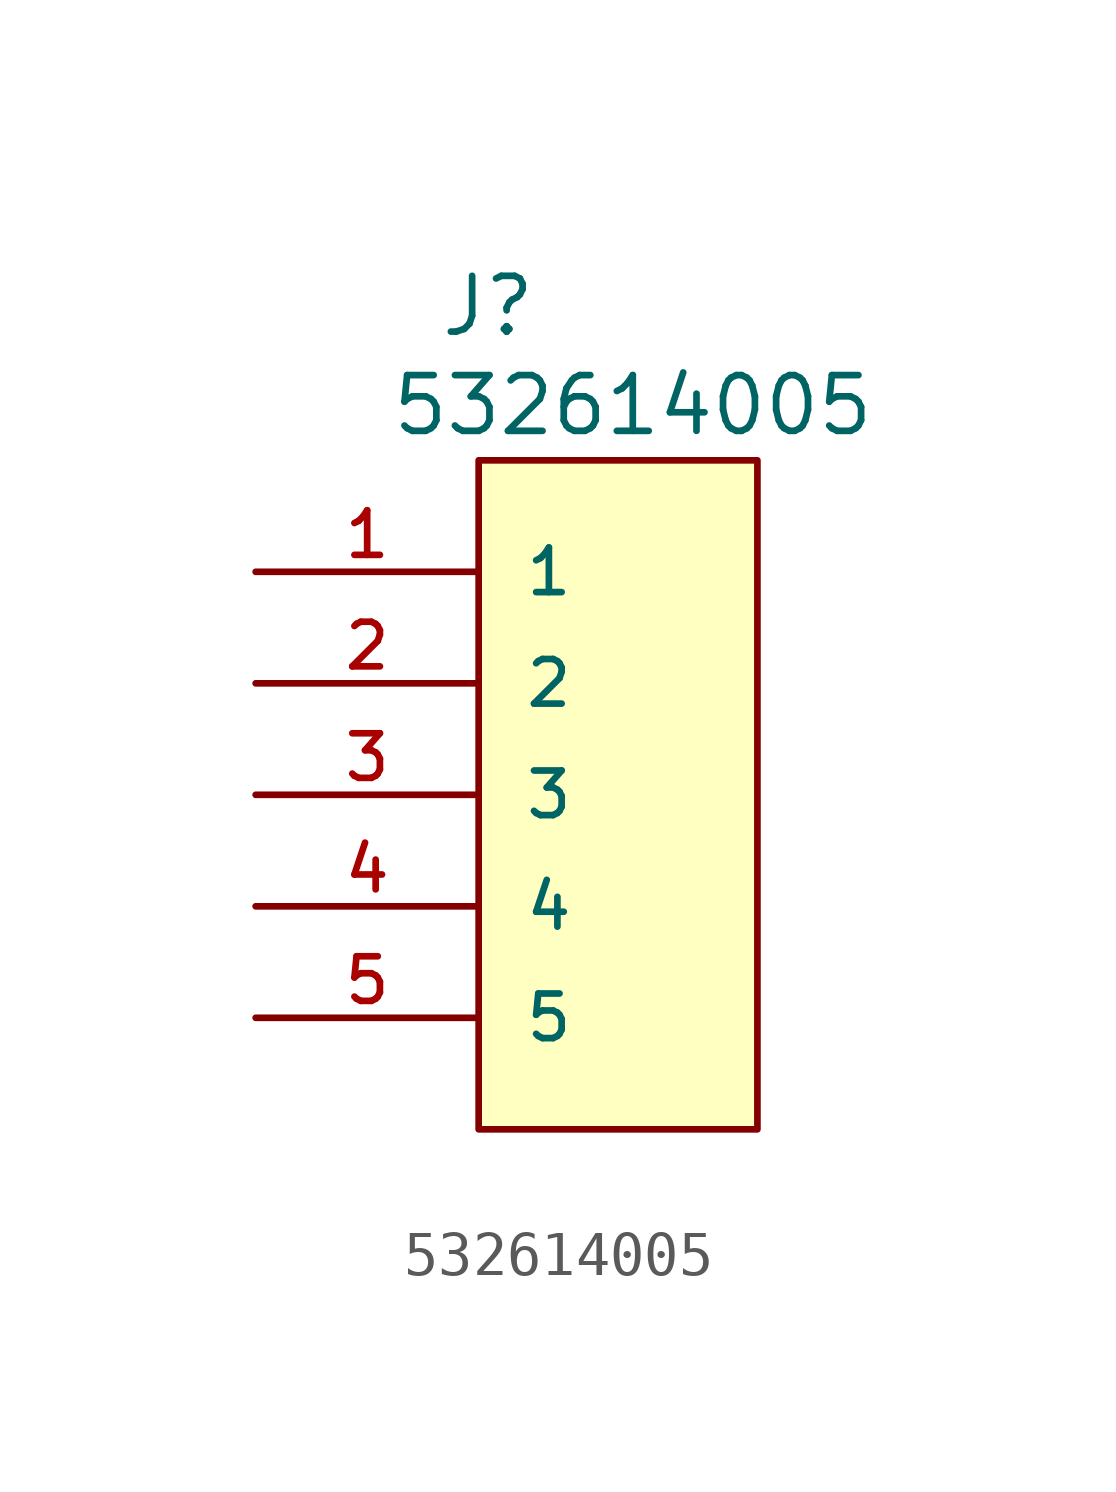
<source format=kicad_sym>
(kicad_symbol_lib
  (version 20241209)
  (generator "kicad_symbol_editor")
  (generator_version "9.0")
  (symbol "532614005"
    (pin_names
      (offset 1.016))
    (property "Reference" "J"
      (at 4.166 5.309 0)
      (effects (font (size 1.27 1.27)) (justify left bottom)))
    (property "Value" "532614005"
      (at 3.048 3.048 0)
      (effects (font (size 1.27 1.27)) (justify left bottom)))
    (symbol "532614005_0_0"
      (rectangle (start 5.08 2.54) (end 11.43 -12.7) (stroke (width 0.152) (type default)) (fill (type background))))
    (symbol "532614005_1_0"
      (pin passive line (at 0 0 0) (length 5.08) (name "1" (effects (font (size 1.016 1.016)))) (number "1" (effects (font (size 1.016 1.016)))))
      (pin passive line (at 0 -2.54 0) (length 5.08) (name "2" (effects (font (size 1.016 1.016)))) (number "2" (effects (font (size 1.016 1.016)))))
      (pin passive line (at 0 -5.08 0) (length 5.08) (name "3" (effects (font (size 1.016 1.016)))) (number "3" (effects (font (size 1.016 1.016)))))
      (pin passive line (at 0 -7.62 0) (length 5.08) (name "4" (effects (font (size 1.016 1.016)))) (number "4" (effects (font (size 1.016 1.016)))))
      (pin passive line (at 0 -10.16 0) (length 5.08) (name "5" (effects (font (size 1.016 1.016)))) (number "5" (effects (font (size 1.016 1.016))))))))
</source>
